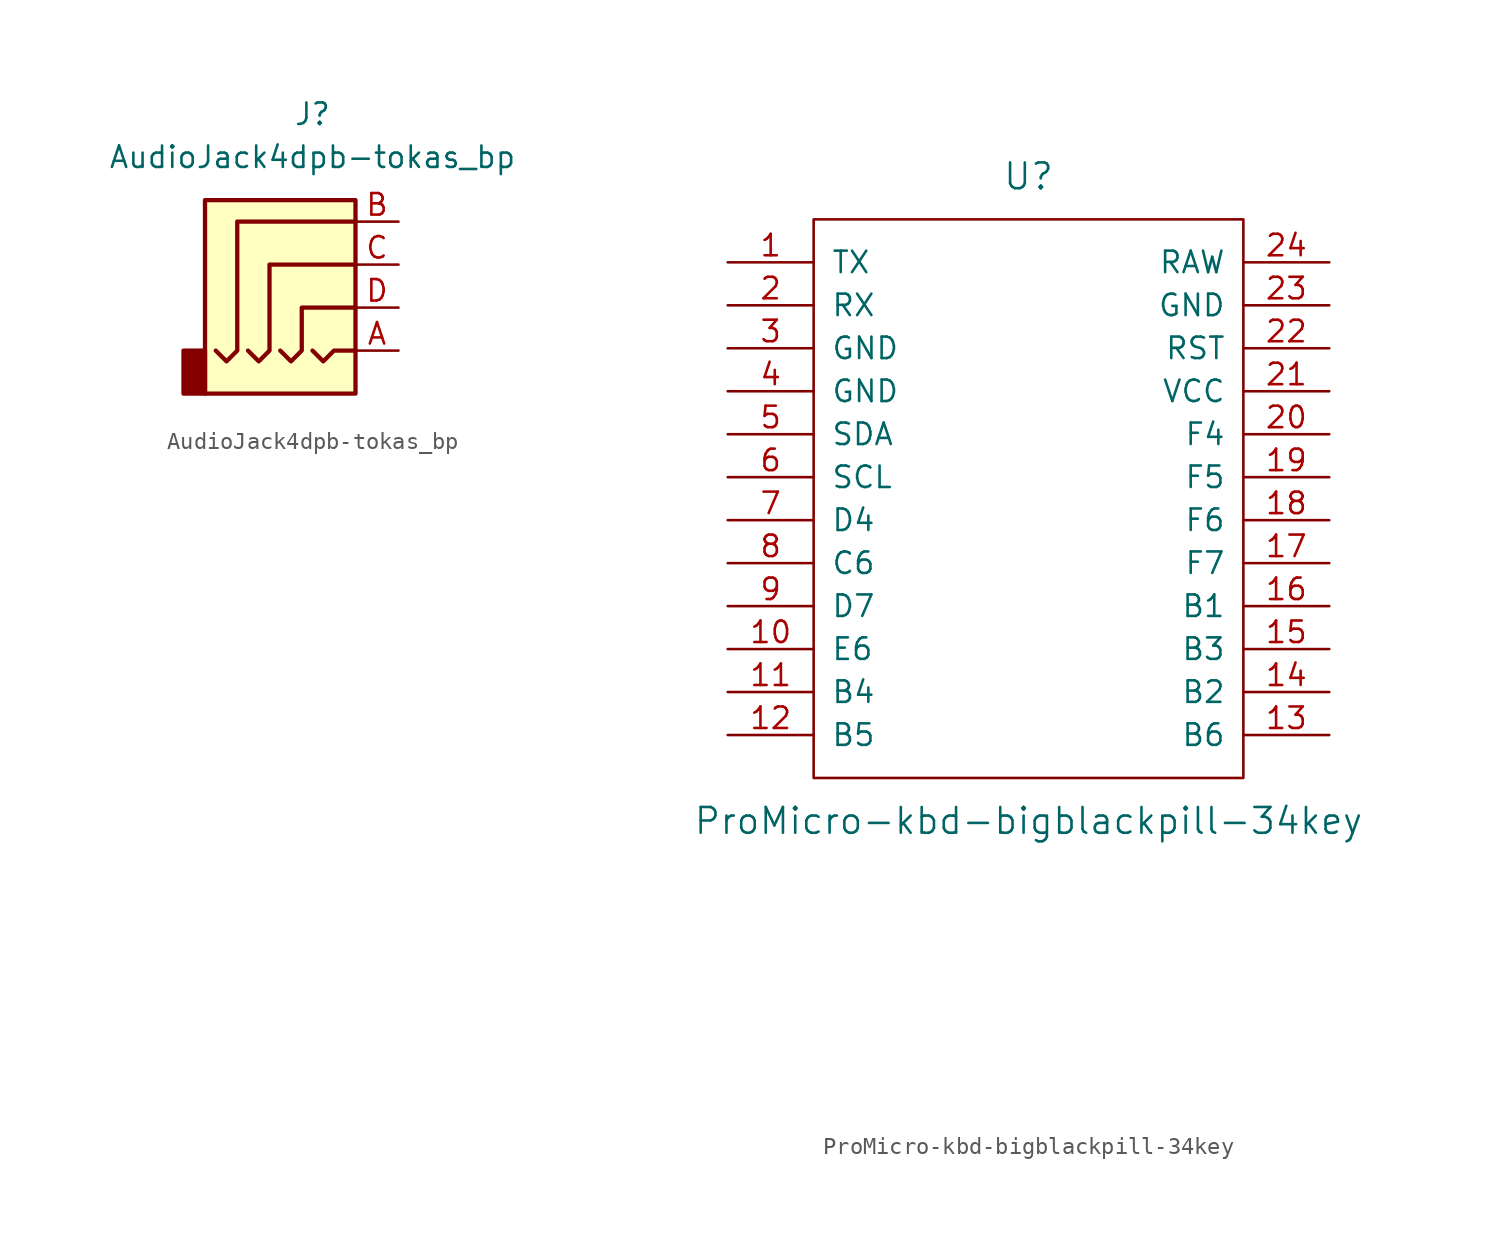
<source format=kicad_sym>
(kicad_symbol_lib
  (version 20211014)
  (generator kicad_symbol_editor)
  (symbol "AudioJack4dpb-tokas_bp"
    (property "Reference" "J"
      (at 0 8.89 0)
      (effects (font (size 1.27 1.27))))
    (property "Value" "AudioJack4dpb-tokas_bp"
      (at 0 6.35 0)
      (effects (font (size 1.27 1.27))))
    (symbol "AudioJack4dpb-tokas_bp_0_1"
      (rectangle (start -6.35 -5.08) (end -7.62 -7.62) (stroke (width 0.254) (type default) (color 0 0 0 0)) (fill (type outline)))
      (polyline (pts (xy 0 -5.08) (xy 0.635 -5.715) (xy 1.27 -5.08) (xy 2.54 -5.08)) (stroke (width 0.254) (type default) (color 0 0 0 0)) (fill (type none)))
      (polyline (pts (xy -5.715 -5.08) (xy -5.08 -5.715) (xy -4.445 -5.08) (xy -4.445 2.54) (xy 2.54 2.54)) (stroke (width 0.254) (type default) (color 0 0 0 0)) (fill (type none)))
      (polyline (pts (xy -1.905 -5.08) (xy -1.27 -5.715) (xy -0.635 -5.08) (xy -0.635 -2.54) (xy 2.54 -2.54)) (stroke (width 0.254) (type default) (color 0 0 0 0)) (fill (type none)))
      (polyline (pts (xy 2.54 0) (xy -2.54 0) (xy -2.54 -5.08) (xy -3.175 -5.715) (xy -3.81 -5.08)) (stroke (width 0.254) (type default) (color 0 0 0 0)) (fill (type none)))
      (rectangle (start 2.54 3.81) (end -6.35 -7.62) (stroke (width 0.254) (type default) (color 0 0 0 0)) (fill (type background))))
    (symbol "AudioJack4dpb-tokas_bp_1_1"
      (pin passive line (at 5.08 -5.08 180) (length 2.54) (name "~" (effects (font (size 1.27 1.27)))) (number "A" (effects (font (size 1.27 1.27)))))
      (pin passive line (at 5.08 2.54 180) (length 2.54) (name "~" (effects (font (size 1.27 1.27)))) (number "B" (effects (font (size 1.27 1.27)))))
      (pin passive line (at 5.08 0 180) (length 2.54) (name "~" (effects (font (size 1.27 1.27)))) (number "C" (effects (font (size 1.27 1.27)))))
      (pin passive line (at 5.08 -2.54 180) (length 2.54) (name "~" (effects (font (size 1.27 1.27)))) (number "D" (effects (font (size 1.27 1.27)))))))
  (symbol "ProMicro-kbd-bigblackpill-34key"
    (pin_names
      (offset 1.016))
    (property "Reference" "U"
      (at 0 24.13 0)
      (effects (font (size 1.524 1.524))))
    (property "Value" "ProMicro-kbd-bigblackpill-34key"
      (at 0 -13.97 0)
      (effects (font (size 1.524 1.524))))
    (property "Footprint" ""
      (at 2.54 -26.67 0)
      (effects (font (size 1.524 1.524))))
    (property "Datasheet" ""
      (at 2.54 -26.67 0)
      (effects (font (size 1.524 1.524))))
    (symbol "ProMicro-kbd-bigblackpill-34key_0_1"
      (rectangle (start -12.7 21.59) (end 12.7 -11.43) (stroke (width 0) (type default) (color 0 0 0 0)) (fill (type none))))
    (symbol "ProMicro-kbd-bigblackpill-34key_1_1"
      (pin bidirectional line (at -17.78 19.05 0) (length 5.08) (name "TX" (effects (font (size 1.27 1.27)))) (number "1" (effects (font (size 1.27 1.27)))))
      (pin bidirectional line (at -17.78 -3.81 0) (length 5.08) (name "E6" (effects (font (size 1.27 1.27)))) (number "10" (effects (font (size 1.27 1.27)))))
      (pin bidirectional line (at -17.78 -6.35 0) (length 5.08) (name "B4" (effects (font (size 1.27 1.27)))) (number "11" (effects (font (size 1.27 1.27)))))
      (pin bidirectional line (at -17.78 -8.89 0) (length 5.08) (name "B5" (effects (font (size 1.27 1.27)))) (number "12" (effects (font (size 1.27 1.27)))))
      (pin bidirectional line (at 17.78 -8.89 180) (length 5.08) (name "B6" (effects (font (size 1.27 1.27)))) (number "13" (effects (font (size 1.27 1.27)))))
      (pin bidirectional line (at 17.78 -6.35 180) (length 5.08) (name "B2" (effects (font (size 1.27 1.27)))) (number "14" (effects (font (size 1.27 1.27)))))
      (pin bidirectional line (at 17.78 -3.81 180) (length 5.08) (name "B3" (effects (font (size 1.27 1.27)))) (number "15" (effects (font (size 1.27 1.27)))))
      (pin bidirectional line (at 17.78 -1.27 180) (length 5.08) (name "B1" (effects (font (size 1.27 1.27)))) (number "16" (effects (font (size 1.27 1.27)))))
      (pin bidirectional line (at 17.78 1.27 180) (length 5.08) (name "F7" (effects (font (size 1.27 1.27)))) (number "17" (effects (font (size 1.27 1.27)))))
      (pin bidirectional line (at 17.78 3.81 180) (length 5.08) (name "F6" (effects (font (size 1.27 1.27)))) (number "18" (effects (font (size 1.27 1.27)))))
      (pin bidirectional line (at 17.78 6.35 180) (length 5.08) (name "F5" (effects (font (size 1.27 1.27)))) (number "19" (effects (font (size 1.27 1.27)))))
      (pin bidirectional line (at -17.78 16.51 0) (length 5.08) (name "RX" (effects (font (size 1.27 1.27)))) (number "2" (effects (font (size 1.27 1.27)))))
      (pin bidirectional line (at 17.78 8.89 180) (length 5.08) (name "F4" (effects (font (size 1.27 1.27)))) (number "20" (effects (font (size 1.27 1.27)))))
      (pin power_in line (at 17.78 11.43 180) (length 5.08) (name "VCC" (effects (font (size 1.27 1.27)))) (number "21" (effects (font (size 1.27 1.27)))))
      (pin input line (at 17.78 13.97 180) (length 5.08) (name "RST" (effects (font (size 1.27 1.27)))) (number "22" (effects (font (size 1.27 1.27)))))
      (pin power_in line (at 17.78 16.51 180) (length 5.08) (name "GND" (effects (font (size 1.27 1.27)))) (number "23" (effects (font (size 1.27 1.27)))))
      (pin power_out line (at 17.78 19.05 180) (length 5.08) (name "RAW" (effects (font (size 1.27 1.27)))) (number "24" (effects (font (size 1.27 1.27)))))
      (pin power_in line (at -17.78 13.97 0) (length 5.08) (name "GND" (effects (font (size 1.27 1.27)))) (number "3" (effects (font (size 1.27 1.27)))))
      (pin power_in line (at -17.78 11.43 0) (length 5.08) (name "GND" (effects (font (size 1.27 1.27)))) (number "4" (effects (font (size 1.27 1.27)))))
      (pin bidirectional line (at -17.78 8.89 0) (length 5.08) (name "SDA" (effects (font (size 1.27 1.27)))) (number "5" (effects (font (size 1.27 1.27)))))
      (pin bidirectional line (at -17.78 6.35 0) (length 5.08) (name "SCL" (effects (font (size 1.27 1.27)))) (number "6" (effects (font (size 1.27 1.27)))))
      (pin bidirectional line (at -17.78 3.81 0) (length 5.08) (name "D4" (effects (font (size 1.27 1.27)))) (number "7" (effects (font (size 1.27 1.27)))))
      (pin bidirectional line (at -17.78 1.27 0) (length 5.08) (name "C6" (effects (font (size 1.27 1.27)))) (number "8" (effects (font (size 1.27 1.27)))))
      (pin bidirectional line (at -17.78 -1.27 0) (length 5.08) (name "D7" (effects (font (size 1.27 1.27)))) (number "9" (effects (font (size 1.27 1.27))))))))
</source>
